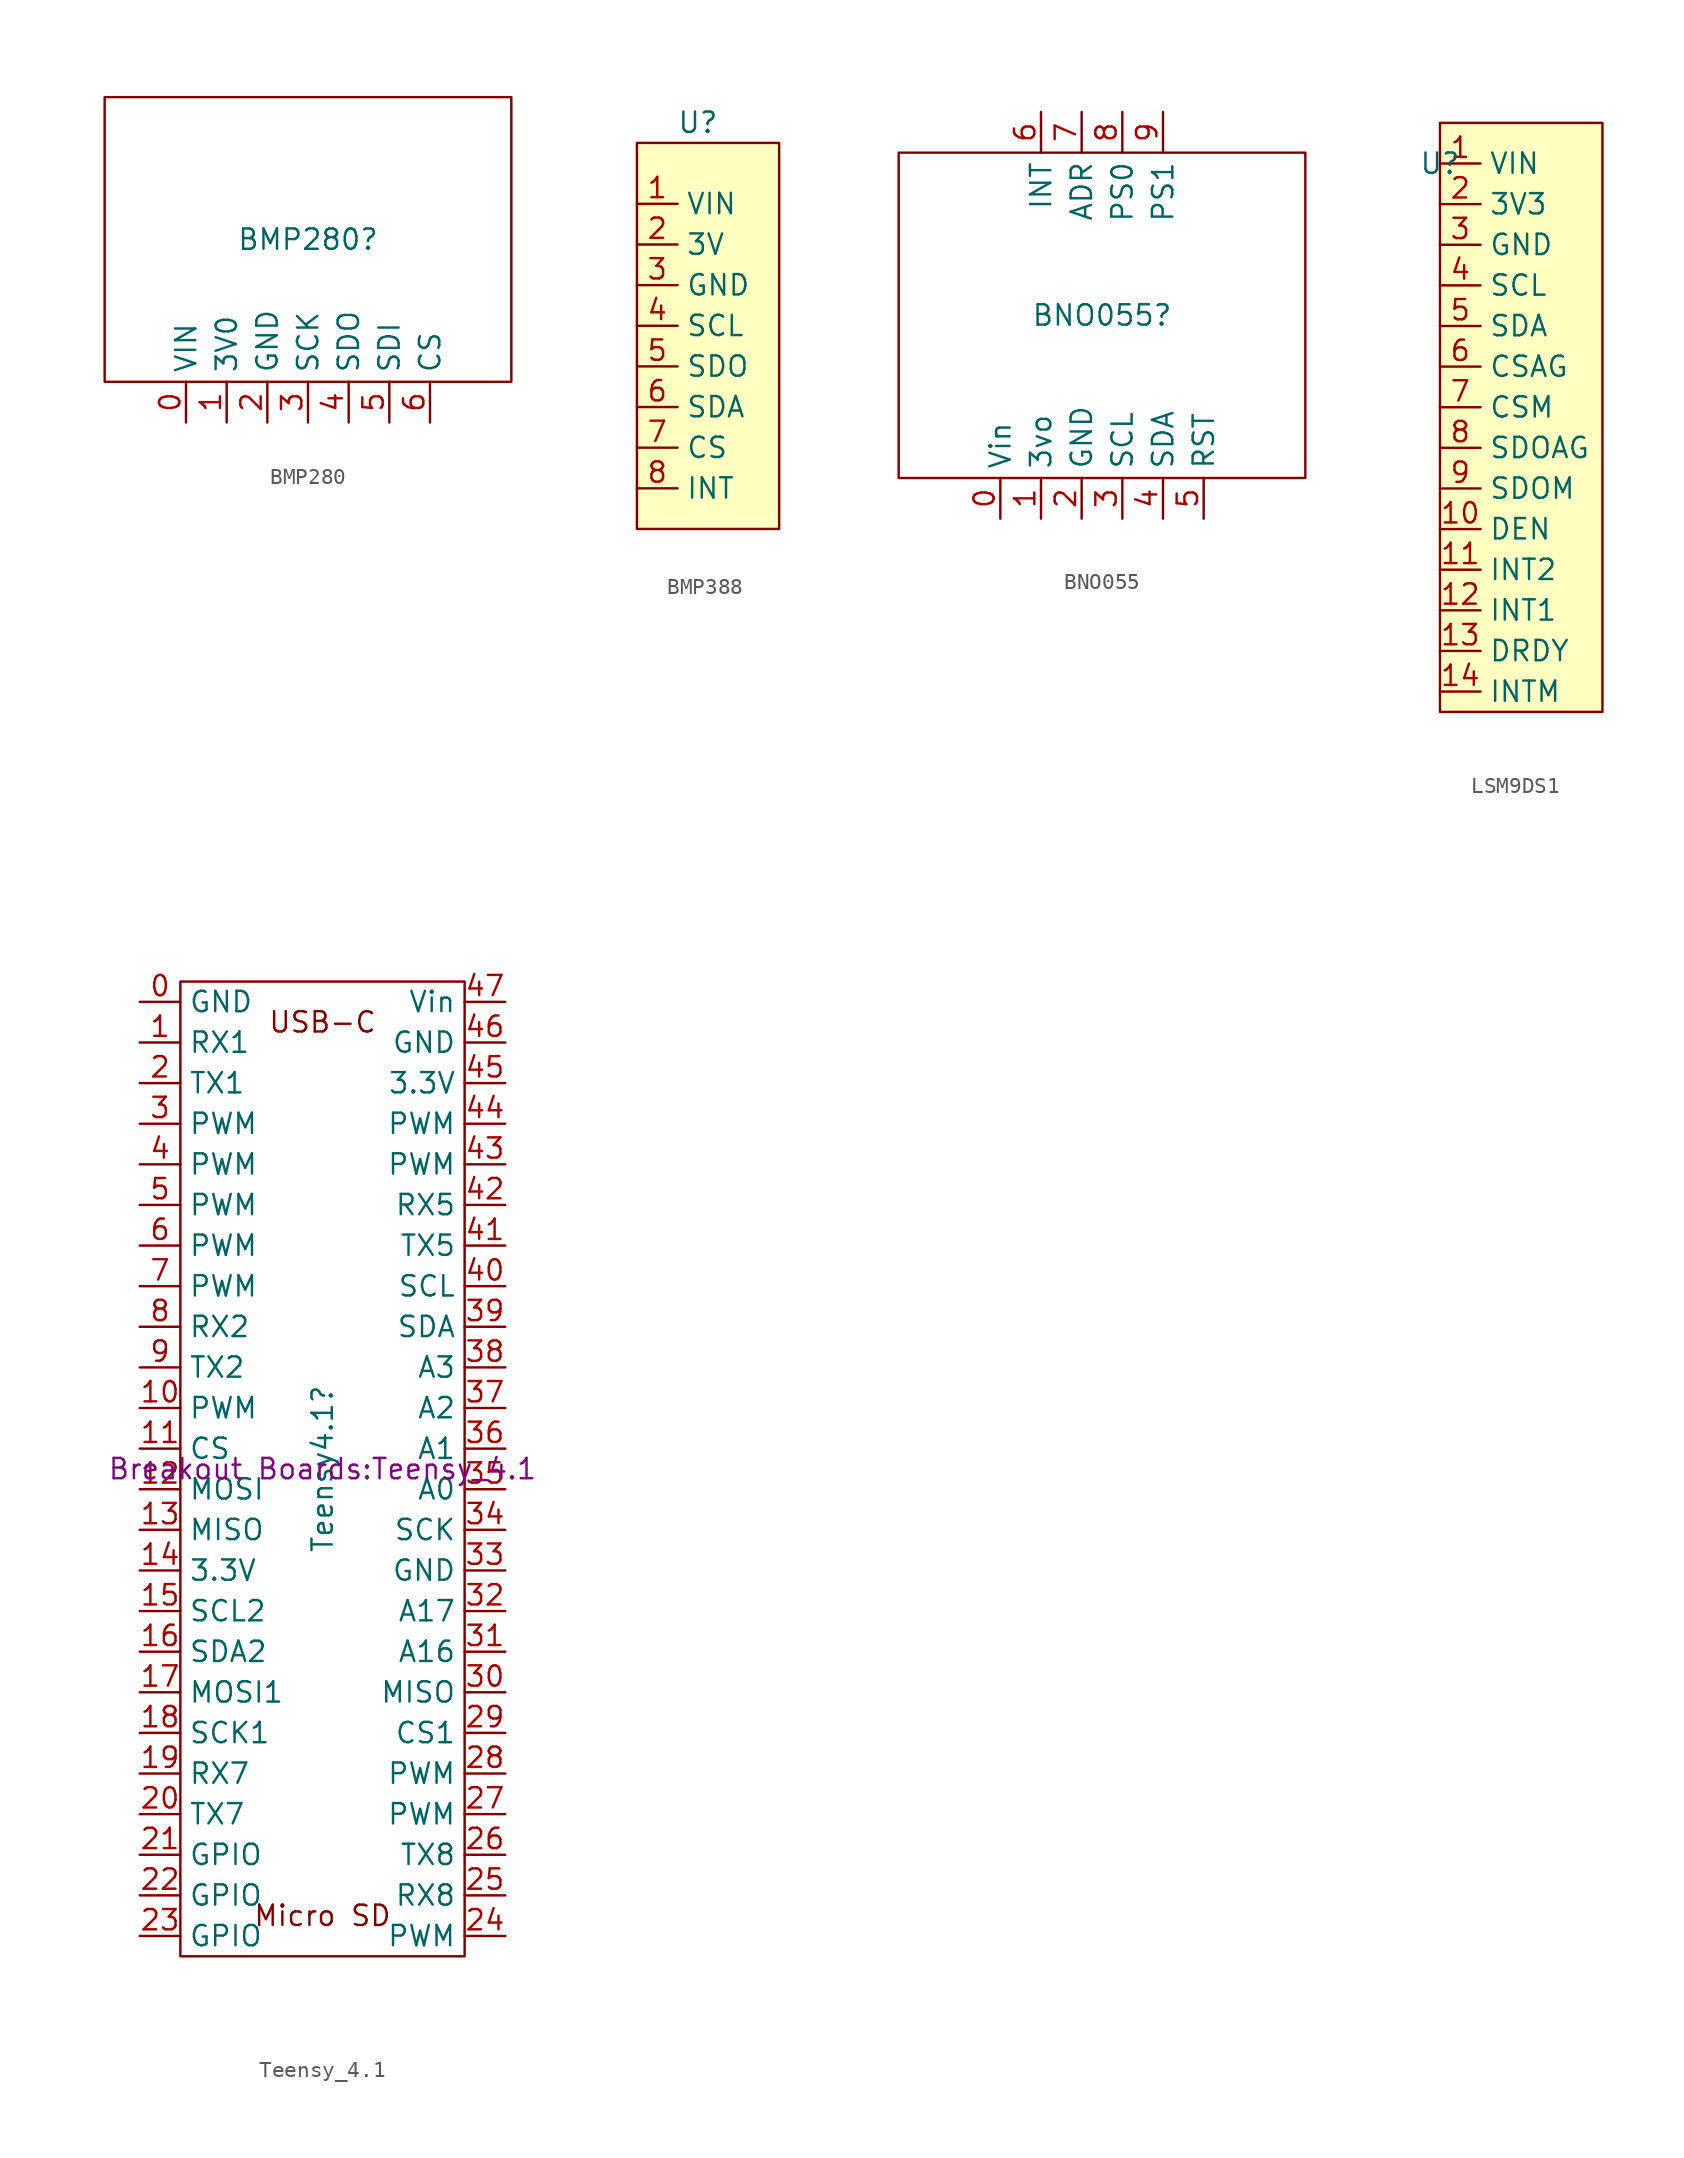
<source format=kicad_sym>
(kicad_symbol_lib
  (version 20220914)
  (generator kicad_symbol_editor)
  (symbol "BMP280"
    (property "Reference" "BMP280"
      (at 0 0 0)
      (effects (font (size 1.27 1.27))))
    (property "Value" ""
      (at 0 0 0)
      (effects (font (size 1.27 1.27))))
    (symbol "BMP280_0_1"
      (rectangle (start -12.7 8.89) (end 12.7 -8.89) (stroke (width 0) (type default)) (fill (type none))))
    (symbol "BMP280_1_1"
      (pin input line (at -7.62 -11.43 90) (length 2.54) (name "VIN" (effects (font (size 1.27 1.27)))) (number "0" (effects (font (size 1.27 1.27)))))
      (pin input line (at -5.08 -11.43 90) (length 2.54) (name "3V0" (effects (font (size 1.27 1.27)))) (number "1" (effects (font (size 1.27 1.27)))))
      (pin input line (at -2.54 -11.43 90) (length 2.54) (name "GND" (effects (font (size 1.27 1.27)))) (number "2" (effects (font (size 1.27 1.27)))))
      (pin input line (at 0 -11.43 90) (length 2.54) (name "SCK" (effects (font (size 1.27 1.27)))) (number "3" (effects (font (size 1.27 1.27)))))
      (pin input line (at 2.54 -11.43 90) (length 2.54) (name "SDO" (effects (font (size 1.27 1.27)))) (number "4" (effects (font (size 1.27 1.27)))))
      (pin input line (at 5.08 -11.43 90) (length 2.54) (name "SDI" (effects (font (size 1.27 1.27)))) (number "5" (effects (font (size 1.27 1.27)))))
      (pin input line (at 7.62 -11.43 90) (length 2.54) (name "CS" (effects (font (size 1.27 1.27)))) (number "6" (effects (font (size 1.27 1.27)))))))
  (symbol "BMP388"
    (property "Reference" "U"
      (at 3.81 5.08 0)
      (effects (font (size 1.27 1.27))))
    (property "Value" ""
      (at 0 0 0)
      (effects (font (size 1.27 1.27))))
    (symbol "BMP388_0_0"
      (pin power_in line (at 0 0 0) (length 2.54) (name "VIN" (effects (font (size 1.27 1.27)))) (number "1" (effects (font (size 1.27 1.27)))))
      (pin power_out line (at 0 -2.54 0) (length 2.54) (name "3V" (effects (font (size 1.27 1.27)))) (number "2" (effects (font (size 1.27 1.27)))))
      (pin power_in line (at 0 -5.08 0) (length 2.54) (name "GND" (effects (font (size 1.27 1.27)))) (number "3" (effects (font (size 1.27 1.27)))))
      (pin input line (at 0 -7.62 0) (length 2.54) (name "SCL" (effects (font (size 1.27 1.27)))) (number "4" (effects (font (size 1.27 1.27)))))
      (pin input line (at 0 -10.16 0) (length 2.54) (name "SDO" (effects (font (size 1.27 1.27)))) (number "5" (effects (font (size 1.27 1.27)))))
      (pin input line (at 0 -12.7 0) (length 2.54) (name "SDA" (effects (font (size 1.27 1.27)))) (number "6" (effects (font (size 1.27 1.27)))))
      (pin input line (at 0 -15.24 0) (length 2.54) (name "CS" (effects (font (size 1.27 1.27)))) (number "7" (effects (font (size 1.27 1.27)))))
      (pin output line (at 0 -17.78 0) (length 2.54) (name "INT" (effects (font (size 1.27 1.27)))) (number "8" (effects (font (size 1.27 1.27))))))
    (symbol "BMP388_1_1"
      (rectangle (start 0 3.81) (end 8.89 -20.32) (stroke (width 0) (type default)) (fill (type background)))))
  (symbol "BNO055"
    (property "Reference" "BNO055"
      (at 0 0 0)
      (effects (font (size 1.27 1.27))))
    (property "Value" ""
      (at 0 0 0)
      (effects (font (size 1.27 1.27))))
    (symbol "BNO055_0_1"
      (rectangle (start -12.7 10.16) (end 12.7 -10.16) (stroke (width 0) (type default)) (fill (type none))))
    (symbol "BNO055_1_1"
      (pin input line (at -6.35 -12.7 90) (length 2.54) (name "Vin" (effects (font (size 1.27 1.27)))) (number "0" (effects (font (size 1.27 1.27)))))
      (pin input line (at -3.81 -12.7 90) (length 2.54) (name "3vo" (effects (font (size 1.27 1.27)))) (number "1" (effects (font (size 1.27 1.27)))))
      (pin input line (at -1.27 -12.7 90) (length 2.54) (name "GND" (effects (font (size 1.27 1.27)))) (number "2" (effects (font (size 1.27 1.27)))))
      (pin input line (at 1.27 -12.7 90) (length 2.54) (name "SCL" (effects (font (size 1.27 1.27)))) (number "3" (effects (font (size 1.27 1.27)))))
      (pin input line (at 3.81 -12.7 90) (length 2.54) (name "SDA" (effects (font (size 1.27 1.27)))) (number "4" (effects (font (size 1.27 1.27)))))
      (pin input line (at 6.35 -12.7 90) (length 2.54) (name "RST" (effects (font (size 1.27 1.27)))) (number "5" (effects (font (size 1.27 1.27)))))
      (pin input line (at -3.81 12.7 270) (length 2.54) (name "INT" (effects (font (size 1.27 1.27)))) (number "6" (effects (font (size 1.27 1.27)))))
      (pin input line (at -1.27 12.7 270) (length 2.54) (name "ADR" (effects (font (size 1.27 1.27)))) (number "7" (effects (font (size 1.27 1.27)))))
      (pin input line (at 1.27 12.7 270) (length 2.54) (name "PS0" (effects (font (size 1.27 1.27)))) (number "8" (effects (font (size 1.27 1.27)))))
      (pin input line (at 3.81 12.7 270) (length 2.54) (name "PS1" (effects (font (size 1.27 1.27)))) (number "9" (effects (font (size 1.27 1.27)))))))
  (symbol "LSM9DS1"
    (property "Reference" "U"
      (at 0 0 0)
      (effects (font (size 1.27 1.27))))
    (property "Value" ""
      (at 0 0 0)
      (effects (font (size 1.27 1.27))))
    (symbol "LSM9DS1_0_0"
      (pin power_in line (at 0 0 0) (length 2.54) (name "VIN" (effects (font (size 1.27 1.27)))) (number "1" (effects (font (size 1.27 1.27)))))
      (pin unspecified line (at 0 -22.86 0) (length 2.54) (name "DEN" (effects (font (size 1.27 1.27)))) (number "10" (effects (font (size 1.27 1.27)))))
      (pin unspecified line (at 0 -25.4 0) (length 2.54) (name "INT2" (effects (font (size 1.27 1.27)))) (number "11" (effects (font (size 1.27 1.27)))))
      (pin unspecified line (at 0 -27.94 0) (length 2.54) (name "INT1" (effects (font (size 1.27 1.27)))) (number "12" (effects (font (size 1.27 1.27)))))
      (pin unspecified line (at 0 -30.48 0) (length 2.54) (name "DRDY" (effects (font (size 1.27 1.27)))) (number "13" (effects (font (size 1.27 1.27)))))
      (pin unspecified line (at 0 -33.02 0) (length 2.54) (name "INTM" (effects (font (size 1.27 1.27)))) (number "14" (effects (font (size 1.27 1.27)))))
      (pin power_in line (at 0 -2.54 0) (length 2.54) (name "3V3" (effects (font (size 1.27 1.27)))) (number "2" (effects (font (size 1.27 1.27)))))
      (pin power_in line (at 0 -5.08 0) (length 2.54) (name "GND" (effects (font (size 1.27 1.27)))) (number "3" (effects (font (size 1.27 1.27)))))
      (pin input line (at 0 -7.62 0) (length 2.54) (name "SCL" (effects (font (size 1.27 1.27)))) (number "4" (effects (font (size 1.27 1.27)))))
      (pin input line (at 0 -10.16 0) (length 2.54) (name "SDA" (effects (font (size 1.27 1.27)))) (number "5" (effects (font (size 1.27 1.27)))))
      (pin bidirectional line (at 0 -12.7 0) (length 2.54) (name "CSAG" (effects (font (size 1.27 1.27)))) (number "6" (effects (font (size 1.27 1.27)))))
      (pin bidirectional line (at 0 -15.24 0) (length 2.54) (name "CSM" (effects (font (size 1.27 1.27)))) (number "7" (effects (font (size 1.27 1.27)))))
      (pin bidirectional line (at 0 -17.78 0) (length 2.54) (name "SDOAG" (effects (font (size 1.27 1.27)))) (number "8" (effects (font (size 1.27 1.27)))))
      (pin bidirectional line (at 0 -20.32 0) (length 2.54) (name "SDOM" (effects (font (size 1.27 1.27)))) (number "9" (effects (font (size 1.27 1.27))))))
    (symbol "LSM9DS1_1_1"
      (rectangle (start 0 2.54) (end 10.16 -34.29) (stroke (width 0) (type default)) (fill (type background)))))
  (symbol "Teensy_4.1"
    (property "Reference" "Teensy4.1"
      (at 0 0 90)
      (effects (font (size 1.27 1.27))))
    (property "Value" ""
      (at 0 0 0)
      (effects (font (size 1.27 1.27))))
    (property "Footprint" "Breakout Boards:Teensy_4.1"
      (at 0 0 0)
      (effects (font (size 1.27 1.27))))
    (symbol "Teensy_4.1_0_1"
      (rectangle (start -8.89 30.48) (end 8.89 -30.48) (stroke (width 0) (type default)) (fill (type none))))
    (symbol "Teensy_4.1_1_1"
      (text "Micro SD" (at 0 -27.94 0) (effects (font (size 1.27 1.27))))
      (text "USB-C" (at 0 27.94 0) (effects (font (size 1.27 1.27))))
      (pin input line (at -11.43 29.21 0) (length 2.54) (name "GND" (effects (font (size 1.27 1.27)))) (number "0" (effects (font (size 1.27 1.27)))))
      (pin input line (at -11.43 26.67 0) (length 2.54) (name "RX1" (effects (font (size 1.27 1.27)))) (number "1" (effects (font (size 1.27 1.27)))))
      (pin input line (at -11.43 3.81 0) (length 2.54) (name "PWM" (effects (font (size 1.27 1.27)))) (number "10" (effects (font (size 1.27 1.27)))))
      (pin input line (at -11.43 1.27 0) (length 2.54) (name "CS" (effects (font (size 1.27 1.27)))) (number "11" (effects (font (size 1.27 1.27)))))
      (pin input line (at -11.43 -1.27 0) (length 2.54) (name "MOSI" (effects (font (size 1.27 1.27)))) (number "12" (effects (font (size 1.27 1.27)))))
      (pin input line (at -11.43 -3.81 0) (length 2.54) (name "MISO" (effects (font (size 1.27 1.27)))) (number "13" (effects (font (size 1.27 1.27)))))
      (pin input line (at -11.43 -6.35 0) (length 2.54) (name "3.3V" (effects (font (size 1.27 1.27)))) (number "14" (effects (font (size 1.27 1.27)))))
      (pin input line (at -11.43 -8.89 0) (length 2.54) (name "SCL2" (effects (font (size 1.27 1.27)))) (number "15" (effects (font (size 1.27 1.27)))))
      (pin input line (at -11.43 -11.43 0) (length 2.54) (name "SDA2" (effects (font (size 1.27 1.27)))) (number "16" (effects (font (size 1.27 1.27)))))
      (pin input line (at -11.43 -13.97 0) (length 2.54) (name "MOSI1" (effects (font (size 1.27 1.27)))) (number "17" (effects (font (size 1.27 1.27)))))
      (pin input line (at -11.43 -16.51 0) (length 2.54) (name "SCK1" (effects (font (size 1.27 1.27)))) (number "18" (effects (font (size 1.27 1.27)))))
      (pin input line (at -11.43 -19.05 0) (length 2.54) (name "RX7" (effects (font (size 1.27 1.27)))) (number "19" (effects (font (size 1.27 1.27)))))
      (pin input line (at -11.43 24.13 0) (length 2.54) (name "TX1" (effects (font (size 1.27 1.27)))) (number "2" (effects (font (size 1.27 1.27)))))
      (pin input line (at -11.43 -21.59 0) (length 2.54) (name "TX7" (effects (font (size 1.27 1.27)))) (number "20" (effects (font (size 1.27 1.27)))))
      (pin input line (at -11.43 -24.13 0) (length 2.54) (name "GPIO" (effects (font (size 1.27 1.27)))) (number "21" (effects (font (size 1.27 1.27)))))
      (pin input line (at -11.43 -26.67 0) (length 2.54) (name "GPIO" (effects (font (size 1.27 1.27)))) (number "22" (effects (font (size 1.27 1.27)))))
      (pin input line (at -11.43 -29.21 0) (length 2.54) (name "GPIO" (effects (font (size 1.27 1.27)))) (number "23" (effects (font (size 1.27 1.27)))))
      (pin input line (at 11.43 -29.21 180) (length 2.54) (name "PWM" (effects (font (size 1.27 1.27)))) (number "24" (effects (font (size 1.27 1.27)))))
      (pin input line (at 11.43 -26.67 180) (length 2.54) (name "RX8" (effects (font (size 1.27 1.27)))) (number "25" (effects (font (size 1.27 1.27)))))
      (pin input line (at 11.43 -24.13 180) (length 2.54) (name "TX8" (effects (font (size 1.27 1.27)))) (number "26" (effects (font (size 1.27 1.27)))))
      (pin input line (at 11.43 -21.59 180) (length 2.54) (name "PWM" (effects (font (size 1.27 1.27)))) (number "27" (effects (font (size 1.27 1.27)))))
      (pin input line (at 11.43 -19.05 180) (length 2.54) (name "PWM" (effects (font (size 1.27 1.27)))) (number "28" (effects (font (size 1.27 1.27)))))
      (pin input line (at 11.43 -16.51 180) (length 2.54) (name "CS1" (effects (font (size 1.27 1.27)))) (number "29" (effects (font (size 1.27 1.27)))))
      (pin input line (at -11.43 21.59 0) (length 2.54) (name "PWM" (effects (font (size 1.27 1.27)))) (number "3" (effects (font (size 1.27 1.27)))))
      (pin input line (at 11.43 -13.97 180) (length 2.54) (name "MISO" (effects (font (size 1.27 1.27)))) (number "30" (effects (font (size 1.27 1.27)))))
      (pin input line (at 11.43 -11.43 180) (length 2.54) (name "A16" (effects (font (size 1.27 1.27)))) (number "31" (effects (font (size 1.27 1.27)))))
      (pin input line (at 11.43 -8.89 180) (length 2.54) (name "A17" (effects (font (size 1.27 1.27)))) (number "32" (effects (font (size 1.27 1.27)))))
      (pin input line (at 11.43 -6.35 180) (length 2.54) (name "GND" (effects (font (size 1.27 1.27)))) (number "33" (effects (font (size 1.27 1.27)))))
      (pin input line (at 11.43 -3.81 180) (length 2.54) (name "SCK" (effects (font (size 1.27 1.27)))) (number "34" (effects (font (size 1.27 1.27)))))
      (pin input line (at 11.43 -1.27 180) (length 2.54) (name "A0" (effects (font (size 1.27 1.27)))) (number "35" (effects (font (size 1.27 1.27)))))
      (pin input line (at 11.43 1.27 180) (length 2.54) (name "A1" (effects (font (size 1.27 1.27)))) (number "36" (effects (font (size 1.27 1.27)))))
      (pin input line (at 11.43 3.81 180) (length 2.54) (name "A2" (effects (font (size 1.27 1.27)))) (number "37" (effects (font (size 1.27 1.27)))))
      (pin input line (at 11.43 6.35 180) (length 2.54) (name "A3" (effects (font (size 1.27 1.27)))) (number "38" (effects (font (size 1.27 1.27)))))
      (pin input line (at 11.43 8.89 180) (length 2.54) (name "SDA" (effects (font (size 1.27 1.27)))) (number "39" (effects (font (size 1.27 1.27)))))
      (pin input line (at -11.43 19.05 0) (length 2.54) (name "PWM" (effects (font (size 1.27 1.27)))) (number "4" (effects (font (size 1.27 1.27)))))
      (pin input line (at 11.43 11.43 180) (length 2.54) (name "SCL" (effects (font (size 1.27 1.27)))) (number "40" (effects (font (size 1.27 1.27)))))
      (pin input line (at 11.43 13.97 180) (length 2.54) (name "TX5" (effects (font (size 1.27 1.27)))) (number "41" (effects (font (size 1.27 1.27)))))
      (pin input line (at 11.43 16.51 180) (length 2.54) (name "RX5" (effects (font (size 1.27 1.27)))) (number "42" (effects (font (size 1.27 1.27)))))
      (pin input line (at 11.43 19.05 180) (length 2.54) (name "PWM" (effects (font (size 1.27 1.27)))) (number "43" (effects (font (size 1.27 1.27)))))
      (pin input line (at 11.43 21.59 180) (length 2.54) (name "PWM" (effects (font (size 1.27 1.27)))) (number "44" (effects (font (size 1.27 1.27)))))
      (pin input line (at 11.43 24.13 180) (length 2.54) (name "3.3V" (effects (font (size 1.27 1.27)))) (number "45" (effects (font (size 1.27 1.27)))))
      (pin input line (at 11.43 26.67 180) (length 2.54) (name "GND" (effects (font (size 1.27 1.27)))) (number "46" (effects (font (size 1.27 1.27)))))
      (pin input line (at 11.43 29.21 180) (length 2.54) (name "Vin" (effects (font (size 1.27 1.27)))) (number "47" (effects (font (size 1.27 1.27)))))
      (pin input line (at -11.43 16.51 0) (length 2.54) (name "PWM" (effects (font (size 1.27 1.27)))) (number "5" (effects (font (size 1.27 1.27)))))
      (pin input line (at -11.43 13.97 0) (length 2.54) (name "PWM" (effects (font (size 1.27 1.27)))) (number "6" (effects (font (size 1.27 1.27)))))
      (pin input line (at -11.43 11.43 0) (length 2.54) (name "PWM" (effects (font (size 1.27 1.27)))) (number "7" (effects (font (size 1.27 1.27)))))
      (pin input line (at -11.43 8.89 0) (length 2.54) (name "RX2" (effects (font (size 1.27 1.27)))) (number "8" (effects (font (size 1.27 1.27)))))
      (pin input line (at -11.43 6.35 0) (length 2.54) (name "TX2" (effects (font (size 1.27 1.27)))) (number "9" (effects (font (size 1.27 1.27))))))))
</source>
